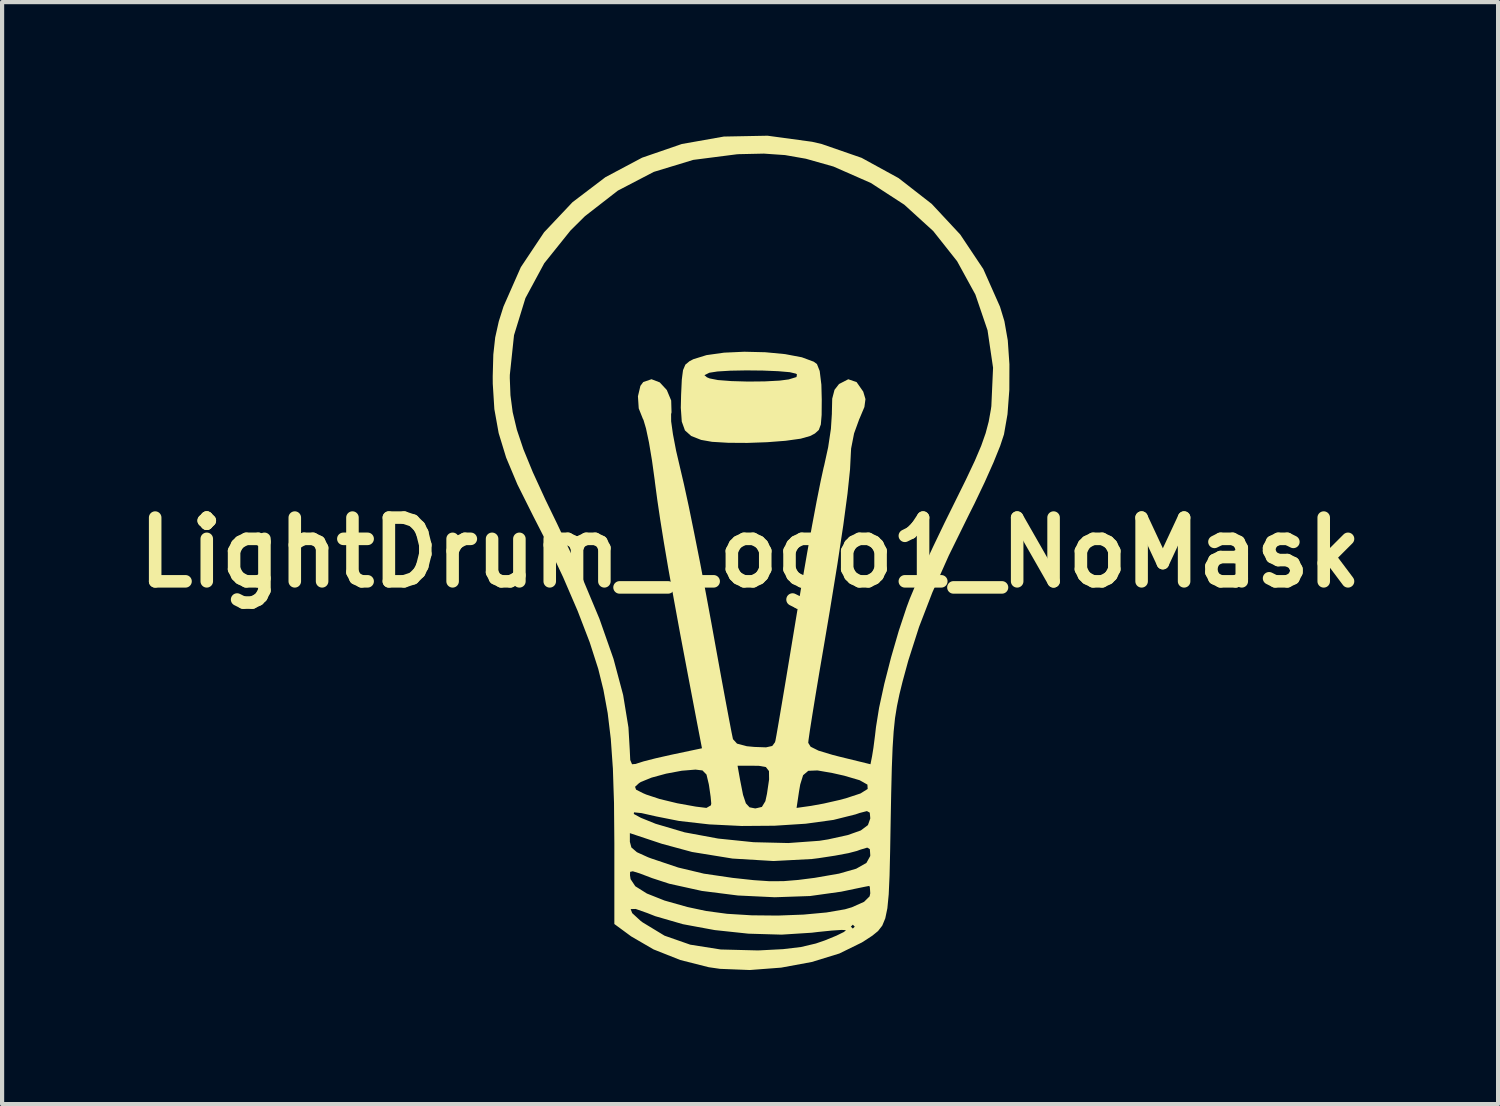
<source format=kicad_pcb>
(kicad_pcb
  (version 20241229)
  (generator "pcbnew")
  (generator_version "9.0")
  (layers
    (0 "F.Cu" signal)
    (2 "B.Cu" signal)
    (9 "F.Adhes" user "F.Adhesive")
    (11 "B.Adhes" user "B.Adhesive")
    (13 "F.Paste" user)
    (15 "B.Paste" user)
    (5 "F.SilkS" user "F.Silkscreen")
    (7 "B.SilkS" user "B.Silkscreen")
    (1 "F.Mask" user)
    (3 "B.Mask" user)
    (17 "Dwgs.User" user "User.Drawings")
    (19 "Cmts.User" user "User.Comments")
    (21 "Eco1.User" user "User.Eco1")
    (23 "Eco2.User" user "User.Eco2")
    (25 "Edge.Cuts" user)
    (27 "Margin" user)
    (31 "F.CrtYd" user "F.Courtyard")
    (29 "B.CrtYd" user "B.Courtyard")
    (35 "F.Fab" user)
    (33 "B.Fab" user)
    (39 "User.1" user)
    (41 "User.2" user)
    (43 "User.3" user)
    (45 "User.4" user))
  (footprint "LightDrum_Logo1_NoMask"
    (layer "F.Cu")
    (at 14.884 10.16)
    (property "Reference" "LightDrum_Logo1_NoMask" (at 0 0 0) (layer "F.SilkS") (effects (font (size 1.524 1.524) (thickness 0.3))))
    (attr board_only exclude_from_pos_files exclude_from_bom allow_missing_courtyard)
    (fp_poly (pts (xy -4.3 -8.5) (xy -3.5 -9.1) (xy -2.6 -9.6) (xy -1.6 -9.9) (xy -0.6 -10.1) (xy 0.4 -10.1) (xy 1.7 -9.9) (xy 2.8 -9.5) (xy 3.5 -9.1) (xy 3.8 -8.9) (xy 4.3 -8.5) (xy 4.5 -8.3) (xy 5.076 -7.7) (xy 5.641 -6.85) (xy 6.084 -5.886) (xy 6.265 -5.07) (xy 6.3 -4) (xy 6.257 -3.335) (xy 6.172 -2.832) (xy 5.877 -2.005) (xy 5 -0.1) (xy 4.6 0.7) (xy 4.3 1.5) (xy 3.9 2.8) (xy 3.7 3.7) (xy 3.6 4.5) (xy 3.5 8.4) (xy 3.431 8.796) (xy 3.323 9.054) (xy 3.113 9.302) (xy 2.445 9.693) (xy 1.536 9.978) (xy 0.768 10.096) (xy 0.003 10.129) (xy -0.732 10.085) (xy -1.012 10.04) (xy -1.692 9.867) (xy -2.356 9.608) (xy -2.899 9.283) (xy -3.357 8.943) (xy -3.4 8.8) (xy -3.4 6.7) (xy -3.424 5.598) (xy -3.483 4.593) (xy -3.645 3.348) (xy -3.959 2.211) (xy -4.487 0.889) (xy -5.13 -0.43) (xy -5.492 -1.124) (xy -5.802 -1.766) (xy -5.998 -2.261) (xy -6.157 -2.867) (xy -6.26 -3.414) (xy -6.323 -4.071) (xy -6.293 -4.795) (xy -6.231 -5.419) (xy -6.042 -6.028) (xy -5.721 -6.863) (xy -5.374 -7.347) (xy -4.805 -8.03)) (stroke (width 0.12) (type solid)) (fill yes) (layer "F.Mask"))
    (fp_poly (pts (xy 0.364 -4.788) (xy 0.838 -4.743) (xy 1.239 -4.667) (xy 1.522 -4.562) (xy 1.599 -4.506) (xy 1.665 -4.339) (xy 1.705 -4.012) (xy 1.714 -3.656) (xy 1.711 -3.288) (xy 1.692 -3.061) (xy 1.643 -2.929) (xy 1.55 -2.845) (xy 1.436 -2.785) (xy 1.21 -2.721) (xy 0.85 -2.671) (xy 0.408 -2.637) (xy -0.067 -2.62) (xy -0.523 -2.623) (xy -0.909 -2.646) (xy -1.17 -2.692) (xy -1.408 -2.786) (xy -1.557 -2.919) (xy -1.633 -3.13) (xy -1.656 -3.459) (xy -1.649 -3.768) (xy -1.632 -4.134) (xy -1.619 -4.239) (xy -1.091 -4.239) (xy -1.032 -4.189) (xy -0.967 -4.162) (xy -0.769 -4.123) (xy -0.444 -4.098) (xy -0.051 -4.087) (xy 0.352 -4.091) (xy 0.708 -4.11) (xy 0.923 -4.138) (xy 1.11 -4.195) (xy 1.121 -4.258) (xy 1.097 -4.276) (xy 0.95 -4.311) (xy 0.67 -4.335) (xy 0.305 -4.35) (xy -0.092 -4.354) (xy -0.471 -4.347) (xy -0.781 -4.328) (xy -0.973 -4.298) (xy -0.982 -4.294) (xy -1.091 -4.239) (xy -1.619 -4.239) (xy -1.603 -4.36) (xy -1.547 -4.492) (xy -1.448 -4.574) (xy -1.355 -4.622) (xy -1.042 -4.719) (xy -0.621 -4.778) (xy -0.137 -4.8)) (stroke (width 0) (type solid)) (fill yes) (layer "F.SilkS"))
    (fp_poly (pts (xy 1.484 -9.82) (xy 1.715 -9.766) (xy 2.667 -9.436) (xy 3.55 -8.952) (xy 4.343 -8.335) (xy 5.025 -7.603) (xy 5.576 -6.778) (xy 5.976 -5.877) (xy 6.081 -5.531) (xy 6.162 -5.071) (xy 6.201 -4.5) (xy 6.199 -3.888) (xy 6.155 -3.305) (xy 6.071 -2.824) (xy 5.98 -2.548) (xy 5.82 -2.152) (xy 5.609 -1.679) (xy 5.368 -1.174) (xy 5.236 -0.911) (xy 4.751 0.074) (xy 4.358 0.956) (xy 4.041 1.779) (xy 3.782 2.588) (xy 3.647 3.083) (xy 3.571 3.392) (xy 3.512 3.675) (xy 3.466 3.96) (xy 3.433 4.281) (xy 3.408 4.668) (xy 3.389 5.152) (xy 3.374 5.764) (xy 3.362 6.396) (xy 3.349 7.143) (xy 3.335 7.727) (xy 3.315 8.174) (xy 3.283 8.506) (xy 3.233 8.747) (xy 3.161 8.921) (xy 3.06 9.051) (xy 2.925 9.161) (xy 2.751 9.275) (xy 2.672 9.325) (xy 2.136 9.588) (xy 1.475 9.791) (xy 0.743 9.926) (xy -0.006 9.983) (xy -0.718 9.955) (xy -0.988 9.916) (xy -1.668 9.744) (xy -2.308 9.49) (xy -2.838 9.182) (xy -2.855 9.17) (xy -3.245 8.883) (xy -3.245 8.526) (xy -2.855 8.526) (xy -2.818 8.623) (xy -2.62 8.805) (xy -2.572 8.842) (xy -2.045 9.162) (xy -1.43 9.377) (xy -0.702 9.492) (xy 0.163 9.514) (xy 0.232 9.513) (xy 0.789 9.484) (xy 1.217 9.433) (xy 1.573 9.349) (xy 1.791 9.274) (xy 2.064 9.162) (xy 2.245 9.073) (xy 2.294 9.03) (xy 2.191 9.024) (xy 1.95 9.04) (xy 1.615 9.074) (xy 1.476 9.091) (xy 0.754 9.137) (xy -0.039 9.114) (xy -0.845 9.028) (xy -1.29 8.946) (xy 2.41 8.946) (xy 2.457 8.992) (xy 2.503 8.946) (xy 2.457 8.899) (xy 2.41 8.946) (xy -1.29 8.946) (xy -1.607 8.887) (xy -2.266 8.696) (xy -2.459 8.62) (xy -2.734 8.523) (xy -2.855 8.526) (xy -3.245 8.526) (xy -3.245 7.717) (xy -2.871 7.717) (xy -2.857 7.81) (xy -2.744 7.98) (xy -2.467 8.154) (xy -2.045 8.322) (xy -1.5 8.476) (xy -1.05 8.572) (xy -0.549 8.639) (xy 0.038 8.675) (xy 0.663 8.681) (xy 1.276 8.658) (xy 1.828 8.607) (xy 2.27 8.531) (xy 2.433 8.483) (xy 2.725 8.353) (xy 2.858 8.222) (xy 2.874 8.149) (xy 2.864 8.003) (xy 2.851 7.972) (xy 2.755 7.99) (xy 2.527 8.037) (xy 2.211 8.103) (xy 2.178 8.11) (xy 1.433 8.214) (xy 0.59 8.243) (xy -0.292 8.201) (xy -1.152 8.092) (xy -1.931 7.92) (xy -2.341 7.786) (xy -2.641 7.672) (xy -2.804 7.622) (xy -2.868 7.636) (xy -2.871 7.717) (xy -3.245 7.717) (xy -3.245 6.965) (xy -3.247 6.71) (xy -2.874 6.71) (xy -2.874 6.917) (xy -2.838 7.052) (xy -2.706 7.166) (xy -2.439 7.287) (xy -2.364 7.315) (xy -1.719 7.532) (xy -1.104 7.679) (xy -0.416 7.78) (xy 0.084 7.834) (xy 0.467 7.86) (xy 0.801 7.858) (xy 1.153 7.829) (xy 1.545 7.779) (xy 2.128 7.678) (xy 2.537 7.561) (xy 2.782 7.422) (xy 2.873 7.258) (xy 2.874 7.235) (xy 2.864 7.094) (xy 2.802 7.056) (xy 2.635 7.106) (xy 2.554 7.136) (xy 2.355 7.188) (xy 2.029 7.249) (xy 1.636 7.309) (xy 1.476 7.329) (xy 0.56 7.377) (xy -0.42 7.318) (xy -1.386 7.161) (xy -2.109 6.965) (xy -2.874 6.71) (xy -3.247 6.71) (xy -3.251 6.252) (xy -2.78 6.252) (xy -2.61 6.344) (xy -2.266 6.483) (xy -2.259 6.486) (xy -1.565 6.691) (xy -0.762 6.84) (xy 0.085 6.927) (xy 0.913 6.947) (xy 1.658 6.893) (xy 1.865 6.86) (xy 2.337 6.756) (xy 2.647 6.646) (xy 2.818 6.518) (xy 2.874 6.36) (xy 2.874 6.35) (xy 2.862 6.22) (xy 2.794 6.183) (xy 2.62 6.228) (xy 2.521 6.262) (xy 1.993 6.394) (xy 1.331 6.485) (xy 0.584 6.533) (xy -0.202 6.539) (xy -0.978 6.501) (xy -1.698 6.419) (xy -2.242 6.311) (xy -2.596 6.231) (xy -2.775 6.213) (xy -2.78 6.252) (xy -3.251 6.252) (xy -3.253 5.987) (xy -3.266 5.602) (xy -2.75 5.602) (xy -2.726 5.67) (xy -2.559 5.755) (xy -2.482 5.788) (xy -2.162 5.894) (xy -1.74 5.996) (xy -1.297 6.076) (xy -1.043 6.107) (xy -0.937 6.046) (xy -0.928 6.002) (xy -0.943 5.839) (xy -0.979 5.587) (xy -0.987 5.539) (xy -1.042 5.309) (xy -1.138 5.211) (xy -1.305 5.191) (xy -1.633 5.218) (xy -2.007 5.288) (xy -2.356 5.383) (xy -2.611 5.487) (xy -2.655 5.515) (xy -2.75 5.602) (xy -3.266 5.602) (xy -3.28 5.162) (xy -3.285 5.099) (xy -0.299 5.099) (xy -0.237 5.446) (xy -0.168 5.795) (xy -0.1 5.998) (xy -0.012 6.093) (xy 0.116 6.118) (xy 0.133 6.118) (xy 0.183 6.107) (xy 1.112 6.107) (xy 1.46 6.058) (xy 1.761 6.003) (xy 2.126 5.92) (xy 2.29 5.877) (xy 2.639 5.762) (xy 2.812 5.654) (xy 2.806 5.55) (xy 2.62 5.445) (xy 2.252 5.337) (xy 1.968 5.273) (xy 1.611 5.211) (xy 1.392 5.22) (xy 1.268 5.325) (xy 1.199 5.548) (xy 1.17 5.718) (xy 1.112 6.107) (xy 0.183 6.107) (xy 0.283 6.083) (xy 0.366 5.946) (xy 0.404 5.771) (xy 0.455 5.426) (xy 0.452 5.226) (xy 0.378 5.13) (xy 0.214 5.101) (xy 0.082 5.099) (xy -0.299 5.099) (xy -3.285 5.099) (xy -3.33 4.457) (xy -3.404 3.842) (xy -3.506 3.285) (xy -3.63 2.783) (xy -3.834 2.148) (xy -4.121 1.401) (xy -4.472 0.586) (xy -4.869 -0.253) (xy -5.19 -0.881) (xy -5.562 -1.625) (xy -5.832 -2.268) (xy -6.011 -2.854) (xy -6.114 -3.428) (xy -6.152 -4.034) (xy -6.153 -4.172) (xy -5.745 -4.172) (xy -5.729 -3.758) (xy -5.676 -3.356) (xy -5.576 -2.936) (xy -5.419 -2.467) (xy -5.195 -1.921) (xy -4.895 -1.267) (xy -4.615 -0.69) (xy -4.051 0.511) (xy -3.602 1.584) (xy -3.265 2.544) (xy -3.035 3.406) (xy -2.908 4.183) (xy -2.877 4.714) (xy -2.865 4.962) (xy -2.822 5.063) (xy -2.73 5.055) (xy -2.711 5.047) (xy -2.545 4.994) (xy -2.255 4.92) (xy -1.901 4.84) (xy -1.85 4.829) (xy -1.15 4.681) (xy -1.266 4.079) (xy -1.485 2.929) (xy -1.672 1.941) (xy -1.827 1.095) (xy -1.957 0.372) (xy -2.062 -0.247) (xy -2.148 -0.784) (xy -2.218 -1.256) (xy -2.275 -1.684) (xy -2.278 -1.715) (xy -2.345 -2.2) (xy -2.417 -2.63) (xy -2.488 -2.965) (xy -2.548 -3.168) (xy -2.563 -3.196) (xy -2.662 -3.445) (xy -2.681 -3.735) (xy -2.622 -3.984) (xy -2.554 -4.075) (xy -2.357 -4.143) (xy -2.159 -4.067) (xy -1.991 -3.885) (xy -1.886 -3.634) (xy -1.878 -3.352) (xy -1.888 -3.309) (xy -1.887 -3.136) (xy -1.844 -2.828) (xy -1.768 -2.431) (xy -1.671 -2.016) (xy -1.581 -1.632) (xy -1.466 -1.103) (xy -1.336 -0.465) (xy -1.195 0.244) (xy -1.054 0.988) (xy -0.925 1.685) (xy -0.802 2.365) (xy -0.688 2.991) (xy -0.587 3.537) (xy -0.504 3.979) (xy -0.444 4.293) (xy -0.411 4.453) (xy -0.408 4.464) (xy -0.312 4.57) (xy -0.079 4.632) (xy 0.1 4.649) (xy 0.382 4.659) (xy 0.53 4.626) (xy 0.596 4.537) (xy 0.607 4.496) (xy 0.632 4.361) (xy 0.683 4.067) (xy 0.756 3.637) (xy 0.847 3.097) (xy 0.951 2.47) (xy 1.065 1.78) (xy 1.114 1.483) (xy 1.238 0.74) (xy 1.363 0.019) (xy 1.483 -0.648) (xy 1.593 -1.232) (xy 1.687 -1.702) (xy 1.758 -2.028) (xy 1.773 -2.086) (xy 1.867 -2.516) (xy 1.933 -2.956) (xy 1.956 -3.318) (xy 1.956 -3.344) (xy 1.964 -3.678) (xy 2.019 -3.889) (xy 2.127 -4.028) (xy 2.348 -4.142) (xy 2.547 -4.074) (xy 2.706 -3.846) (xy 2.759 -3.668) (xy 2.734 -3.479) (xy 2.62 -3.208) (xy 2.612 -3.192) (xy 2.487 -2.848) (xy 2.416 -2.486) (xy 2.41 -2.379) (xy 2.39 -1.984) (xy 2.33 -1.409) (xy 2.229 -0.654) (xy 2.088 0.28) (xy 1.907 1.392) (xy 1.766 2.225) (xy 1.66 2.844) (xy 1.566 3.408) (xy 1.488 3.888) (xy 1.43 4.257) (xy 1.397 4.488) (xy 1.391 4.551) (xy 1.448 4.644) (xy 1.637 4.738) (xy 1.979 4.841) (xy 2.135 4.881) (xy 2.879 5.063) (xy 2.917 4.872) (xy 2.949 4.673) (xy 2.988 4.372) (xy 3.011 4.172) (xy 3.085 3.712) (xy 3.21 3.138) (xy 3.372 2.506) (xy 3.555 1.875) (xy 3.745 1.303) (xy 3.816 1.112) (xy 3.947 0.799) (xy 4.143 0.363) (xy 4.383 -0.152) (xy 4.649 -0.706) (xy 4.873 -1.159) (xy 5.16 -1.74) (xy 5.374 -2.193) (xy 5.527 -2.553) (xy 5.633 -2.854) (xy 5.706 -3.131) (xy 5.758 -3.42) (xy 5.769 -3.499) (xy 5.81 -4.418) (xy 5.678 -5.313) (xy 5.387 -6.168) (xy 4.95 -6.965) (xy 4.379 -7.686) (xy 3.687 -8.316) (xy 2.888 -8.835) (xy 1.994 -9.228) (xy 1.333 -9.415) (xy 0.836 -9.502) (xy 0.331 -9.537) (xy -0.265 -9.524) (xy -0.316 -9.521) (xy -1.359 -9.387) (xy -2.302 -9.1) (xy -3.16 -8.653) (xy -3.948 -8.041) (xy -4.293 -7.699) (xy -4.921 -6.916) (xy -5.371 -6.082) (xy -5.644 -5.195) (xy -5.744 -4.248) (xy -5.745 -4.172) (xy -6.153 -4.172) (xy -6.153 -4.218) (xy -6.139 -4.732) (xy -6.094 -5.141) (xy -6.008 -5.526) (xy -5.895 -5.883) (xy -5.481 -6.822) (xy -4.925 -7.656) (xy -4.245 -8.376) (xy -3.458 -8.974) (xy -2.581 -9.44) (xy -1.632 -9.767) (xy -0.626 -9.945) (xy 0.419 -9.965)) (stroke (width 0) (type solid)) (fill yes) (layer "F.SilkS")))
  (gr_rect
    (start -3 -3)
    (end 32.769 23.349)
    (stroke (width 0.1) (type default))
    (fill no)
    (layer "Edge.Cuts")))
</source>
